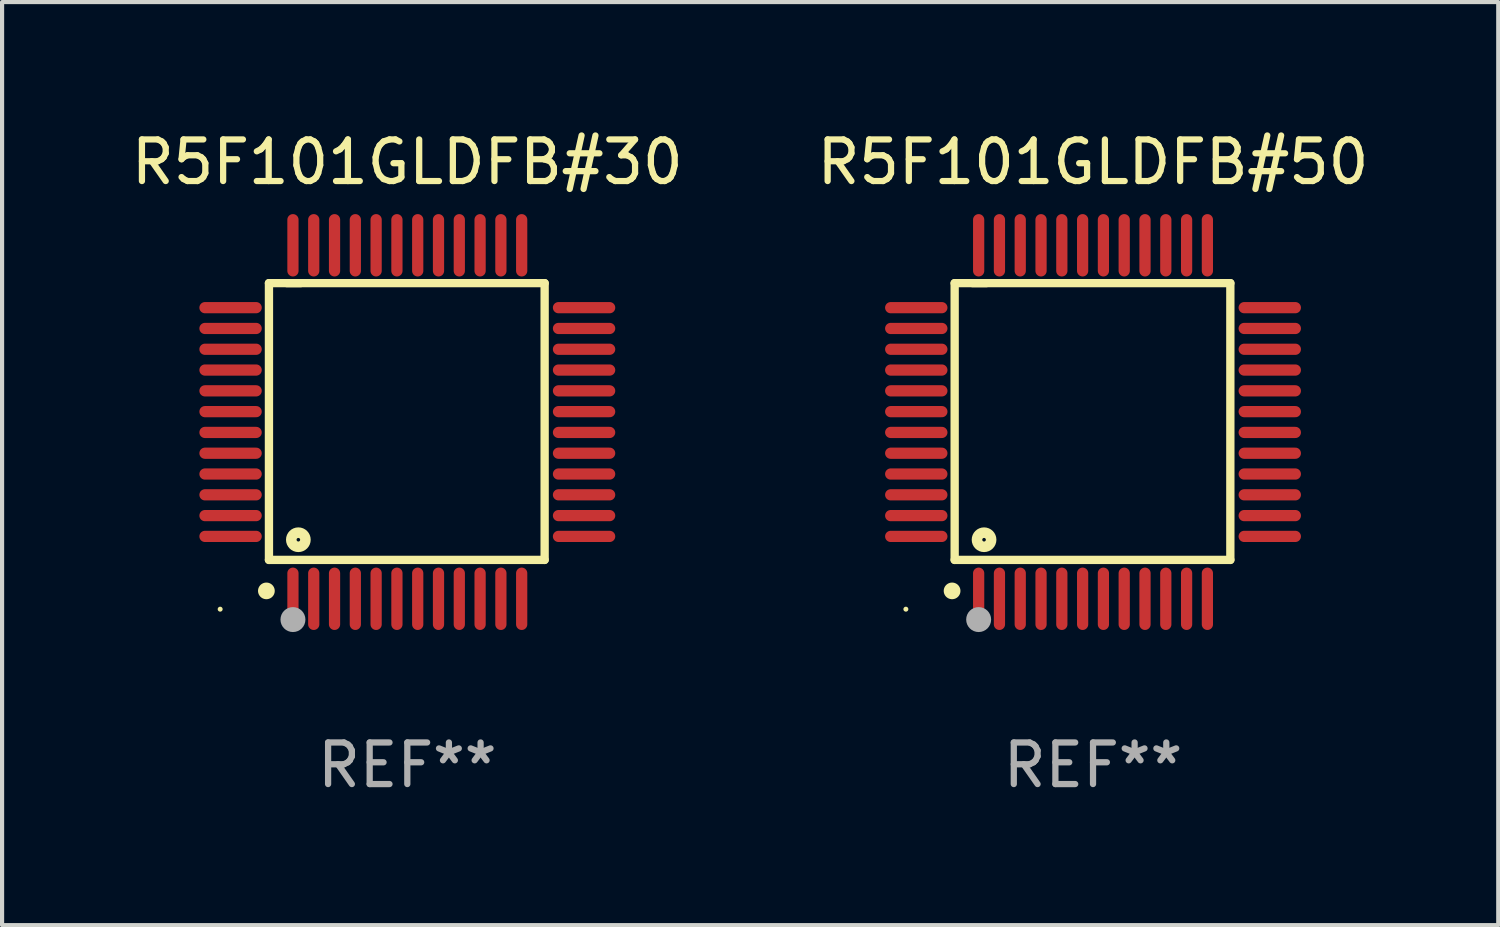
<source format=kicad_pcb>
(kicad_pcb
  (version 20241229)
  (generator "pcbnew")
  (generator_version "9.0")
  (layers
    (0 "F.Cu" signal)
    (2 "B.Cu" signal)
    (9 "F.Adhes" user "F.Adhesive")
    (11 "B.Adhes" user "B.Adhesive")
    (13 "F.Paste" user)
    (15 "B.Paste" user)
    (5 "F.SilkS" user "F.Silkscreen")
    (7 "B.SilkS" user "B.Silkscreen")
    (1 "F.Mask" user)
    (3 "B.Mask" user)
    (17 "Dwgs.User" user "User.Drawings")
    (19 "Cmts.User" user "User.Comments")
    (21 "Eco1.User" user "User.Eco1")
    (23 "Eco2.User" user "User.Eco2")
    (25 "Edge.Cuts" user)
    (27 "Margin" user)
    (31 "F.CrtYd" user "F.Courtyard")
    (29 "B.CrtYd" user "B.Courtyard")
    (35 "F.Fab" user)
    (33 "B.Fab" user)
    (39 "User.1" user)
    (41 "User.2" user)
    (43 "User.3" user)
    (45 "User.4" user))
  (footprint "R5F101GLDFB#50"
    (layer "F.Cu")
    (at 23.232 7.098)
    (property "Reference" "R5F101GLDFB#50" (at 0 -6.25 0) (layer "F.SilkS") (effects (font (size 1 1) (thickness 0.15))))
    (attr through_hole)
    (fp_line (start -3.327 -3.34) (end -2.565 -3.34) (stroke (width 0.2) (type solid)) (layer "F.SilkS"))
    (fp_line (start -3.327 3.315) (end -3.327 -3.34) (stroke (width 0.2) (type solid)) (layer "F.SilkS"))
    (fp_line (start -2.896 -3.34) (end 3.302 -3.34) (stroke (width 0.2) (type solid)) (layer "F.SilkS"))
    (fp_line (start 3.302 -3.34) (end 3.302 3.315) (stroke (width 0.2) (type solid)) (layer "F.SilkS"))
    (fp_line (start 3.302 3.315) (end -3.327 3.315) (stroke (width 0.2) (type solid)) (layer "F.SilkS"))
    (fp_arc (start -3.389992 4.059995) (mid -3.388722 4.059991) (end -3.387452 4.059995) (stroke (width 0.4) (type solid)) (layer "F.SilkS"))
    (fp_circle (center -4.5 4.5) (end -4.47 4.5) (stroke (width 0.06) (type solid)) (fill no) (layer "F.SilkS"))
    (fp_circle (center -2.62 2.83) (end -2.45 2.83) (stroke (width 0.254) (type solid)) (fill no) (layer "F.SilkS"))
    (fp_circle (center -2.75 4.75) (end -2.6 4.75) (stroke (width 0.3) (type solid)) (fill no) (layer "F.Fab"))
    (fp_text user "REF**" (at 0 8.25 0) (layer "F.Fab") (effects (font (size 1 1) (thickness 0.15))))
    (pad "1" smd oval (at -2.75 4.25) (size 0.27 1.5) (layers "F.Cu" "F.Mask" "F.Paste"))
    (pad "2" smd oval (at -2.25 4.25) (size 0.27 1.5) (layers "F.Cu" "F.Mask" "F.Paste"))
    (pad "3" smd oval (at -1.75 4.25) (size 0.27 1.5) (layers "F.Cu" "F.Mask" "F.Paste"))
    (pad "4" smd oval (at -1.25 4.25) (size 0.27 1.5) (layers "F.Cu" "F.Mask" "F.Paste"))
    (pad "5" smd oval (at -0.75 4.25) (size 0.27 1.5) (layers "F.Cu" "F.Mask" "F.Paste"))
    (pad "6" smd oval (at -0.25 4.25) (size 0.27 1.5) (layers "F.Cu" "F.Mask" "F.Paste"))
    (pad "7" smd oval (at 0.25 4.25) (size 0.27 1.5) (layers "F.Cu" "F.Mask" "F.Paste"))
    (pad "8" smd oval (at 0.75 4.25) (size 0.27 1.5) (layers "F.Cu" "F.Mask" "F.Paste"))
    (pad "9" smd oval (at 1.25 4.25) (size 0.27 1.5) (layers "F.Cu" "F.Mask" "F.Paste"))
    (pad "10" smd oval (at 1.75 4.25) (size 0.27 1.5) (layers "F.Cu" "F.Mask" "F.Paste"))
    (pad "11" smd oval (at 2.25 4.25) (size 0.27 1.5) (layers "F.Cu" "F.Mask" "F.Paste"))
    (pad "12" smd oval (at 2.75 4.25) (size 0.27 1.5) (layers "F.Cu" "F.Mask" "F.Paste"))
    (pad "13" smd oval (at 4.25 2.75) (size 1.5 0.27) (layers "F.Cu" "F.Mask" "F.Paste"))
    (pad "14" smd oval (at 4.25 2.25) (size 1.5 0.27) (layers "F.Cu" "F.Mask" "F.Paste"))
    (pad "15" smd oval (at 4.25 1.75) (size 1.5 0.27) (layers "F.Cu" "F.Mask" "F.Paste"))
    (pad "16" smd oval (at 4.25 1.25) (size 1.5 0.27) (layers "F.Cu" "F.Mask" "F.Paste"))
    (pad "17" smd oval (at 4.25 0.75) (size 1.5 0.27) (layers "F.Cu" "F.Mask" "F.Paste"))
    (pad "18" smd oval (at 4.25 0.25) (size 1.5 0.27) (layers "F.Cu" "F.Mask" "F.Paste"))
    (pad "19" smd oval (at 4.25 -0.25) (size 1.5 0.27) (layers "F.Cu" "F.Mask" "F.Paste"))
    (pad "20" smd oval (at 4.25 -0.75) (size 1.5 0.27) (layers "F.Cu" "F.Mask" "F.Paste"))
    (pad "21" smd oval (at 4.25 -1.25) (size 1.5 0.27) (layers "F.Cu" "F.Mask" "F.Paste"))
    (pad "22" smd oval (at 4.25 -1.75) (size 1.5 0.27) (layers "F.Cu" "F.Mask" "F.Paste"))
    (pad "23" smd oval (at 4.25 -2.25) (size 1.5 0.27) (layers "F.Cu" "F.Mask" "F.Paste"))
    (pad "24" smd oval (at 4.25 -2.75) (size 1.5 0.27) (layers "F.Cu" "F.Mask" "F.Paste"))
    (pad "25" smd oval (at 2.75 -4.25) (size 0.27 1.5) (layers "F.Cu" "F.Mask" "F.Paste"))
    (pad "26" smd oval (at 2.25 -4.25) (size 0.27 1.5) (layers "F.Cu" "F.Mask" "F.Paste"))
    (pad "27" smd oval (at 1.75 -4.25) (size 0.27 1.5) (layers "F.Cu" "F.Mask" "F.Paste"))
    (pad "28" smd oval (at 1.25 -4.25) (size 0.27 1.5) (layers "F.Cu" "F.Mask" "F.Paste"))
    (pad "29" smd oval (at 0.75 -4.25) (size 0.27 1.5) (layers "F.Cu" "F.Mask" "F.Paste"))
    (pad "30" smd oval (at 0.25 -4.25) (size 0.27 1.5) (layers "F.Cu" "F.Mask" "F.Paste"))
    (pad "31" smd oval (at -0.25 -4.25) (size 0.27 1.5) (layers "F.Cu" "F.Mask" "F.Paste"))
    (pad "32" smd oval (at -0.75 -4.25) (size 0.27 1.5) (layers "F.Cu" "F.Mask" "F.Paste"))
    (pad "33" smd oval (at -1.25 -4.25) (size 0.27 1.5) (layers "F.Cu" "F.Mask" "F.Paste"))
    (pad "34" smd oval (at -1.75 -4.25) (size 0.27 1.5) (layers "F.Cu" "F.Mask" "F.Paste"))
    (pad "35" smd oval (at -2.25 -4.25) (size 0.27 1.5) (layers "F.Cu" "F.Mask" "F.Paste"))
    (pad "36" smd oval (at -2.75 -4.25) (size 0.27 1.5) (layers "F.Cu" "F.Mask" "F.Paste"))
    (pad "37" smd oval (at -4.25 -2.75) (size 1.5 0.27) (layers "F.Cu" "F.Mask" "F.Paste"))
    (pad "38" smd oval (at -4.25 -2.25) (size 1.5 0.27) (layers "F.Cu" "F.Mask" "F.Paste"))
    (pad "39" smd oval (at -4.25 -1.75) (size 1.5 0.27) (layers "F.Cu" "F.Mask" "F.Paste"))
    (pad "40" smd oval (at -4.25 -1.25) (size 1.5 0.27) (layers "F.Cu" "F.Mask" "F.Paste"))
    (pad "41" smd oval (at -4.25 -0.75) (size 1.5 0.27) (layers "F.Cu" "F.Mask" "F.Paste"))
    (pad "42" smd oval (at -4.25 -0.25) (size 1.5 0.27) (layers "F.Cu" "F.Mask" "F.Paste"))
    (pad "43" smd oval (at -4.25 0.25) (size 1.5 0.27) (layers "F.Cu" "F.Mask" "F.Paste"))
    (pad "44" smd oval (at -4.25 0.75) (size 1.5 0.27) (layers "F.Cu" "F.Mask" "F.Paste"))
    (pad "45" smd oval (at -4.25 1.25) (size 1.5 0.27) (layers "F.Cu" "F.Mask" "F.Paste"))
    (pad "46" smd oval (at -4.25 1.75) (size 1.5 0.27) (layers "F.Cu" "F.Mask" "F.Paste"))
    (pad "47" smd oval (at -4.25 2.25) (size 1.5 0.27) (layers "F.Cu" "F.Mask" "F.Paste"))
    (pad "48" smd oval (at -4.25 2.75) (size 1.5 0.27) (layers "F.Cu" "F.Mask" "F.Paste")))
  (footprint "R5F101GLDFB#30"
    (layer "F.Cu")
    (at 6.744 7.098)
    (property "Reference" "R5F101GLDFB#30" (at 0 -6.25 0) (layer "F.SilkS") (effects (font (size 1 1) (thickness 0.15))))
    (attr through_hole)
    (fp_line (start -3.327 -3.34) (end -2.565 -3.34) (stroke (width 0.2) (type solid)) (layer "F.SilkS"))
    (fp_line (start -3.327 3.315) (end -3.327 -3.34) (stroke (width 0.2) (type solid)) (layer "F.SilkS"))
    (fp_line (start -2.896 -3.34) (end 3.302 -3.34) (stroke (width 0.2) (type solid)) (layer "F.SilkS"))
    (fp_line (start 3.302 -3.34) (end 3.302 3.315) (stroke (width 0.2) (type solid)) (layer "F.SilkS"))
    (fp_line (start 3.302 3.315) (end -3.327 3.315) (stroke (width 0.2) (type solid)) (layer "F.SilkS"))
    (fp_arc (start -3.389992 4.059995) (mid -3.388722 4.059991) (end -3.387452 4.059995) (stroke (width 0.4) (type solid)) (layer "F.SilkS"))
    (fp_circle (center -4.5 4.5) (end -4.47 4.5) (stroke (width 0.06) (type solid)) (fill no) (layer "F.SilkS"))
    (fp_circle (center -2.62 2.83) (end -2.45 2.83) (stroke (width 0.254) (type solid)) (fill no) (layer "F.SilkS"))
    (fp_circle (center -2.75 4.75) (end -2.6 4.75) (stroke (width 0.3) (type solid)) (fill no) (layer "F.Fab"))
    (fp_text user "REF**" (at 0 8.25 0) (layer "F.Fab") (effects (font (size 1 1) (thickness 0.15))))
    (pad "1" smd oval (at -2.75 4.25) (size 0.27 1.5) (layers "F.Cu" "F.Mask" "F.Paste"))
    (pad "2" smd oval (at -2.25 4.25) (size 0.27 1.5) (layers "F.Cu" "F.Mask" "F.Paste"))
    (pad "3" smd oval (at -1.75 4.25) (size 0.27 1.5) (layers "F.Cu" "F.Mask" "F.Paste"))
    (pad "4" smd oval (at -1.25 4.25) (size 0.27 1.5) (layers "F.Cu" "F.Mask" "F.Paste"))
    (pad "5" smd oval (at -0.75 4.25) (size 0.27 1.5) (layers "F.Cu" "F.Mask" "F.Paste"))
    (pad "6" smd oval (at -0.25 4.25) (size 0.27 1.5) (layers "F.Cu" "F.Mask" "F.Paste"))
    (pad "7" smd oval (at 0.25 4.25) (size 0.27 1.5) (layers "F.Cu" "F.Mask" "F.Paste"))
    (pad "8" smd oval (at 0.75 4.25) (size 0.27 1.5) (layers "F.Cu" "F.Mask" "F.Paste"))
    (pad "9" smd oval (at 1.25 4.25) (size 0.27 1.5) (layers "F.Cu" "F.Mask" "F.Paste"))
    (pad "10" smd oval (at 1.75 4.25) (size 0.27 1.5) (layers "F.Cu" "F.Mask" "F.Paste"))
    (pad "11" smd oval (at 2.25 4.25) (size 0.27 1.5) (layers "F.Cu" "F.Mask" "F.Paste"))
    (pad "12" smd oval (at 2.75 4.25) (size 0.27 1.5) (layers "F.Cu" "F.Mask" "F.Paste"))
    (pad "13" smd oval (at 4.25 2.75) (size 1.5 0.27) (layers "F.Cu" "F.Mask" "F.Paste"))
    (pad "14" smd oval (at 4.25 2.25) (size 1.5 0.27) (layers "F.Cu" "F.Mask" "F.Paste"))
    (pad "15" smd oval (at 4.25 1.75) (size 1.5 0.27) (layers "F.Cu" "F.Mask" "F.Paste"))
    (pad "16" smd oval (at 4.25 1.25) (size 1.5 0.27) (layers "F.Cu" "F.Mask" "F.Paste"))
    (pad "17" smd oval (at 4.25 0.75) (size 1.5 0.27) (layers "F.Cu" "F.Mask" "F.Paste"))
    (pad "18" smd oval (at 4.25 0.25) (size 1.5 0.27) (layers "F.Cu" "F.Mask" "F.Paste"))
    (pad "19" smd oval (at 4.25 -0.25) (size 1.5 0.27) (layers "F.Cu" "F.Mask" "F.Paste"))
    (pad "20" smd oval (at 4.25 -0.75) (size 1.5 0.27) (layers "F.Cu" "F.Mask" "F.Paste"))
    (pad "21" smd oval (at 4.25 -1.25) (size 1.5 0.27) (layers "F.Cu" "F.Mask" "F.Paste"))
    (pad "22" smd oval (at 4.25 -1.75) (size 1.5 0.27) (layers "F.Cu" "F.Mask" "F.Paste"))
    (pad "23" smd oval (at 4.25 -2.25) (size 1.5 0.27) (layers "F.Cu" "F.Mask" "F.Paste"))
    (pad "24" smd oval (at 4.25 -2.75) (size 1.5 0.27) (layers "F.Cu" "F.Mask" "F.Paste"))
    (pad "25" smd oval (at 2.75 -4.25) (size 0.27 1.5) (layers "F.Cu" "F.Mask" "F.Paste"))
    (pad "26" smd oval (at 2.25 -4.25) (size 0.27 1.5) (layers "F.Cu" "F.Mask" "F.Paste"))
    (pad "27" smd oval (at 1.75 -4.25) (size 0.27 1.5) (layers "F.Cu" "F.Mask" "F.Paste"))
    (pad "28" smd oval (at 1.25 -4.25) (size 0.27 1.5) (layers "F.Cu" "F.Mask" "F.Paste"))
    (pad "29" smd oval (at 0.75 -4.25) (size 0.27 1.5) (layers "F.Cu" "F.Mask" "F.Paste"))
    (pad "30" smd oval (at 0.25 -4.25) (size 0.27 1.5) (layers "F.Cu" "F.Mask" "F.Paste"))
    (pad "31" smd oval (at -0.25 -4.25) (size 0.27 1.5) (layers "F.Cu" "F.Mask" "F.Paste"))
    (pad "32" smd oval (at -0.75 -4.25) (size 0.27 1.5) (layers "F.Cu" "F.Mask" "F.Paste"))
    (pad "33" smd oval (at -1.25 -4.25) (size 0.27 1.5) (layers "F.Cu" "F.Mask" "F.Paste"))
    (pad "34" smd oval (at -1.75 -4.25) (size 0.27 1.5) (layers "F.Cu" "F.Mask" "F.Paste"))
    (pad "35" smd oval (at -2.25 -4.25) (size 0.27 1.5) (layers "F.Cu" "F.Mask" "F.Paste"))
    (pad "36" smd oval (at -2.75 -4.25) (size 0.27 1.5) (layers "F.Cu" "F.Mask" "F.Paste"))
    (pad "37" smd oval (at -4.25 -2.75) (size 1.5 0.27) (layers "F.Cu" "F.Mask" "F.Paste"))
    (pad "38" smd oval (at -4.25 -2.25) (size 1.5 0.27) (layers "F.Cu" "F.Mask" "F.Paste"))
    (pad "39" smd oval (at -4.25 -1.75) (size 1.5 0.27) (layers "F.Cu" "F.Mask" "F.Paste"))
    (pad "40" smd oval (at -4.25 -1.25) (size 1.5 0.27) (layers "F.Cu" "F.Mask" "F.Paste"))
    (pad "41" smd oval (at -4.25 -0.75) (size 1.5 0.27) (layers "F.Cu" "F.Mask" "F.Paste"))
    (pad "42" smd oval (at -4.25 -0.25) (size 1.5 0.27) (layers "F.Cu" "F.Mask" "F.Paste"))
    (pad "43" smd oval (at -4.25 0.25) (size 1.5 0.27) (layers "F.Cu" "F.Mask" "F.Paste"))
    (pad "44" smd oval (at -4.25 0.75) (size 1.5 0.27) (layers "F.Cu" "F.Mask" "F.Paste"))
    (pad "45" smd oval (at -4.25 1.25) (size 1.5 0.27) (layers "F.Cu" "F.Mask" "F.Paste"))
    (pad "46" smd oval (at -4.25 1.75) (size 1.5 0.27) (layers "F.Cu" "F.Mask" "F.Paste"))
    (pad "47" smd oval (at -4.25 2.25) (size 1.5 0.27) (layers "F.Cu" "F.Mask" "F.Paste"))
    (pad "48" smd oval (at -4.25 2.75) (size 1.5 0.27) (layers "F.Cu" "F.Mask" "F.Paste")))
  (gr_rect
    (start -3 -3)
    (end 32.976 19.196)
    (stroke (width 0.1) (type default))
    (fill no)
    (layer "Edge.Cuts")))
</source>
